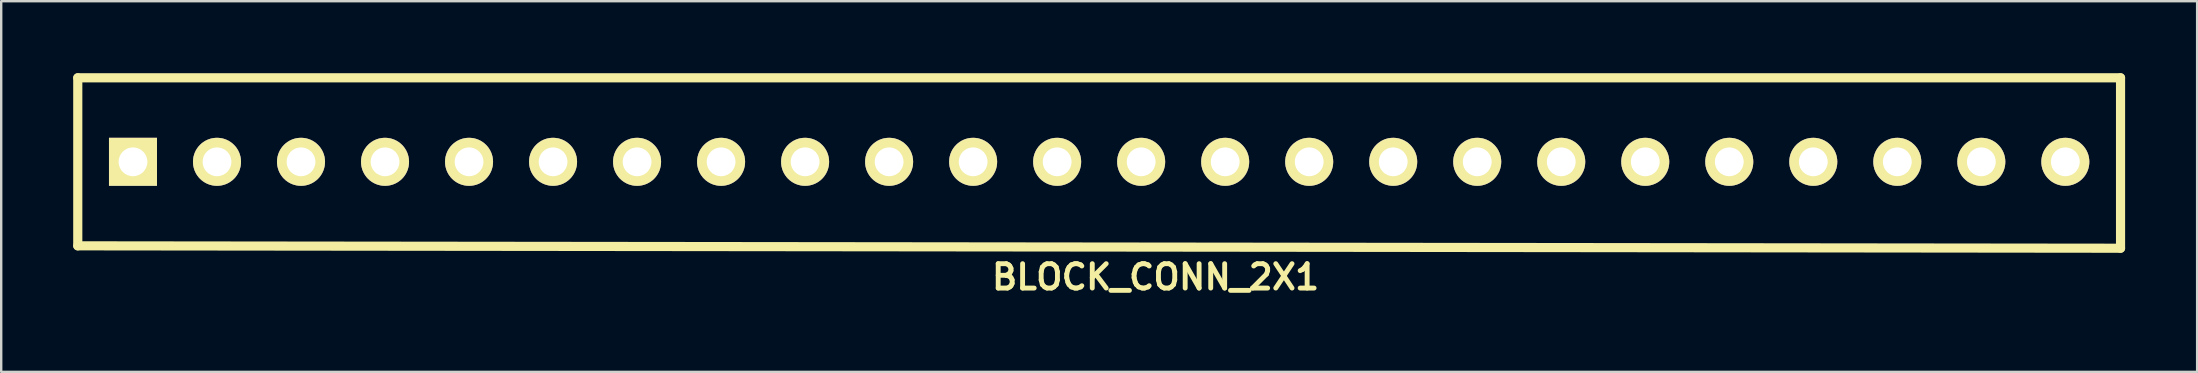
<source format=kicad_pcb>
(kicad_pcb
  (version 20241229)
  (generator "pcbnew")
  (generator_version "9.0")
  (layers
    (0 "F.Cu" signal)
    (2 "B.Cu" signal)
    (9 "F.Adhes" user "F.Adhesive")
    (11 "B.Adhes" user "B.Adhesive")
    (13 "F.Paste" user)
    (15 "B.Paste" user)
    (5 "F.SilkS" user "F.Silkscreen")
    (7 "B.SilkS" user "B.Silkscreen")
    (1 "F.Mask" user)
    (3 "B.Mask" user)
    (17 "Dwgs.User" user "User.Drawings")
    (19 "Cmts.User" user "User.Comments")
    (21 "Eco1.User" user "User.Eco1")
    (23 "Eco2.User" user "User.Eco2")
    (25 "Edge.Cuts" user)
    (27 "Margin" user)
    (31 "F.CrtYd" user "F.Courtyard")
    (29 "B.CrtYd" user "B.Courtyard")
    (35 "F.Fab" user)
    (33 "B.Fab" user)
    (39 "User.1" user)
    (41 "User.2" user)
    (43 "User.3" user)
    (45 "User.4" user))
  (footprint "BLOCK_CONN_2X1"
    (layer "F.Cu")
    (at 42.74 3.691)
    (property "Reference" "BLOCK_CONN_2X1" (at 2.35 4.8 0) (layer "F.SilkS") (effects (font (size 1.016 1.016) (thickness 0.203))))
    (attr through_hole)
    (fp_line (start -42.55 -3.5) (end -42.55 3.5) (stroke (width 0.381) (type solid)) (layer "F.SilkS"))
    (fp_line (start -42.55 -3.5) (end 42.55 -3.5) (stroke (width 0.381) (type solid)) (layer "F.SilkS"))
    (fp_line (start -42.55 3.5) (end 42.55 3.6) (stroke (width 0.381) (type solid)) (layer "F.SilkS"))
    (fp_line (start 42.55 -3.5) (end 42.55 3.6) (stroke (width 0.381) (type solid)) (layer "F.SilkS"))
    (pad "1" thru_hole rect (at -40.25 0) (size 2 2) (drill 1.2) (layers "*.Cu" "*.Mask" "F.SilkS"))
    (pad "2" thru_hole circle (at -36.75 0) (size 2 2) (drill 1.2) (layers "*.Cu" "*.Mask" "F.SilkS"))
    (pad "3" thru_hole circle (at -33.25 0) (size 2 2) (drill 1.2) (layers "*.Cu" "*.Mask" "F.SilkS"))
    (pad "4" thru_hole circle (at -29.75 0) (size 2 2) (drill 1.2) (layers "*.Cu" "*.Mask" "F.SilkS"))
    (pad "5" thru_hole circle (at -26.25 0) (size 2 2) (drill 1.2) (layers "*.Cu" "*.Mask" "F.SilkS"))
    (pad "6" thru_hole circle (at -22.75 0) (size 2 2) (drill 1.2) (layers "*.Cu" "*.Mask" "F.SilkS"))
    (pad "7" thru_hole circle (at -19.25 0) (size 2 2) (drill 1.2) (layers "*.Cu" "*.Mask" "F.SilkS"))
    (pad "8" thru_hole circle (at -15.75 0) (size 2 2) (drill 1.2) (layers "*.Cu" "*.Mask" "F.SilkS"))
    (pad "9" thru_hole circle (at -12.25 0) (size 2 2) (drill 1.2) (layers "*.Cu" "*.Mask" "F.SilkS"))
    (pad "10" thru_hole circle (at -8.75 0) (size 2 2) (drill 1.2) (layers "*.Cu" "*.Mask" "F.SilkS"))
    (pad "11" thru_hole circle (at -5.25 0) (size 2 2) (drill 1.2) (layers "*.Cu" "*.Mask" "F.SilkS"))
    (pad "12" thru_hole circle (at -1.75 0) (size 2 2) (drill 1.2) (layers "*.Cu" "*.Mask" "F.SilkS"))
    (pad "13" thru_hole circle (at 1.75 0) (size 2 2) (drill 1.2) (layers "*.Cu" "*.Mask" "F.SilkS"))
    (pad "14" thru_hole circle (at 5.25 0) (size 2 2) (drill 1.2) (layers "*.Cu" "*.Mask" "F.SilkS"))
    (pad "15" thru_hole circle (at 8.75 0) (size 2 2) (drill 1.2) (layers "*.Cu" "*.Mask" "F.SilkS"))
    (pad "16" thru_hole circle (at 12.25 0) (size 2 2) (drill 1.2) (layers "*.Cu" "*.Mask" "F.SilkS"))
    (pad "17" thru_hole circle (at 15.75 0) (size 2 2) (drill 1.2) (layers "*.Cu" "*.Mask" "F.SilkS"))
    (pad "18" thru_hole circle (at 19.25 0) (size 2 2) (drill 1.2) (layers "*.Cu" "*.Mask" "F.SilkS"))
    (pad "19" thru_hole circle (at 22.75 0) (size 2 2) (drill 1.2) (layers "*.Cu" "*.Mask" "F.SilkS"))
    (pad "20" thru_hole circle (at 26.25 0) (size 2 2) (drill 1.2) (layers "*.Cu" "*.Mask" "F.SilkS"))
    (pad "21" thru_hole circle (at 29.75 0) (size 2 2) (drill 1.2) (layers "*.Cu" "*.Mask" "F.SilkS"))
    (pad "22" thru_hole circle (at 33.25 0) (size 2 2) (drill 1.2) (layers "*.Cu" "*.Mask" "F.SilkS"))
    (pad "23" thru_hole circle (at 36.75 0) (size 2 2) (drill 1.2) (layers "*.Cu" "*.Mask" "F.SilkS"))
    (pad "24" thru_hole circle (at 40.25 0) (size 2 2) (drill 1.2) (layers "*.Cu" "*.Mask" "F.SilkS")))
  (gr_rect
    (start -3 -3)
    (end 88.481 12.441)
    (stroke (width 0.1) (type default))
    (fill no)
    (layer "Edge.Cuts")))
</source>
